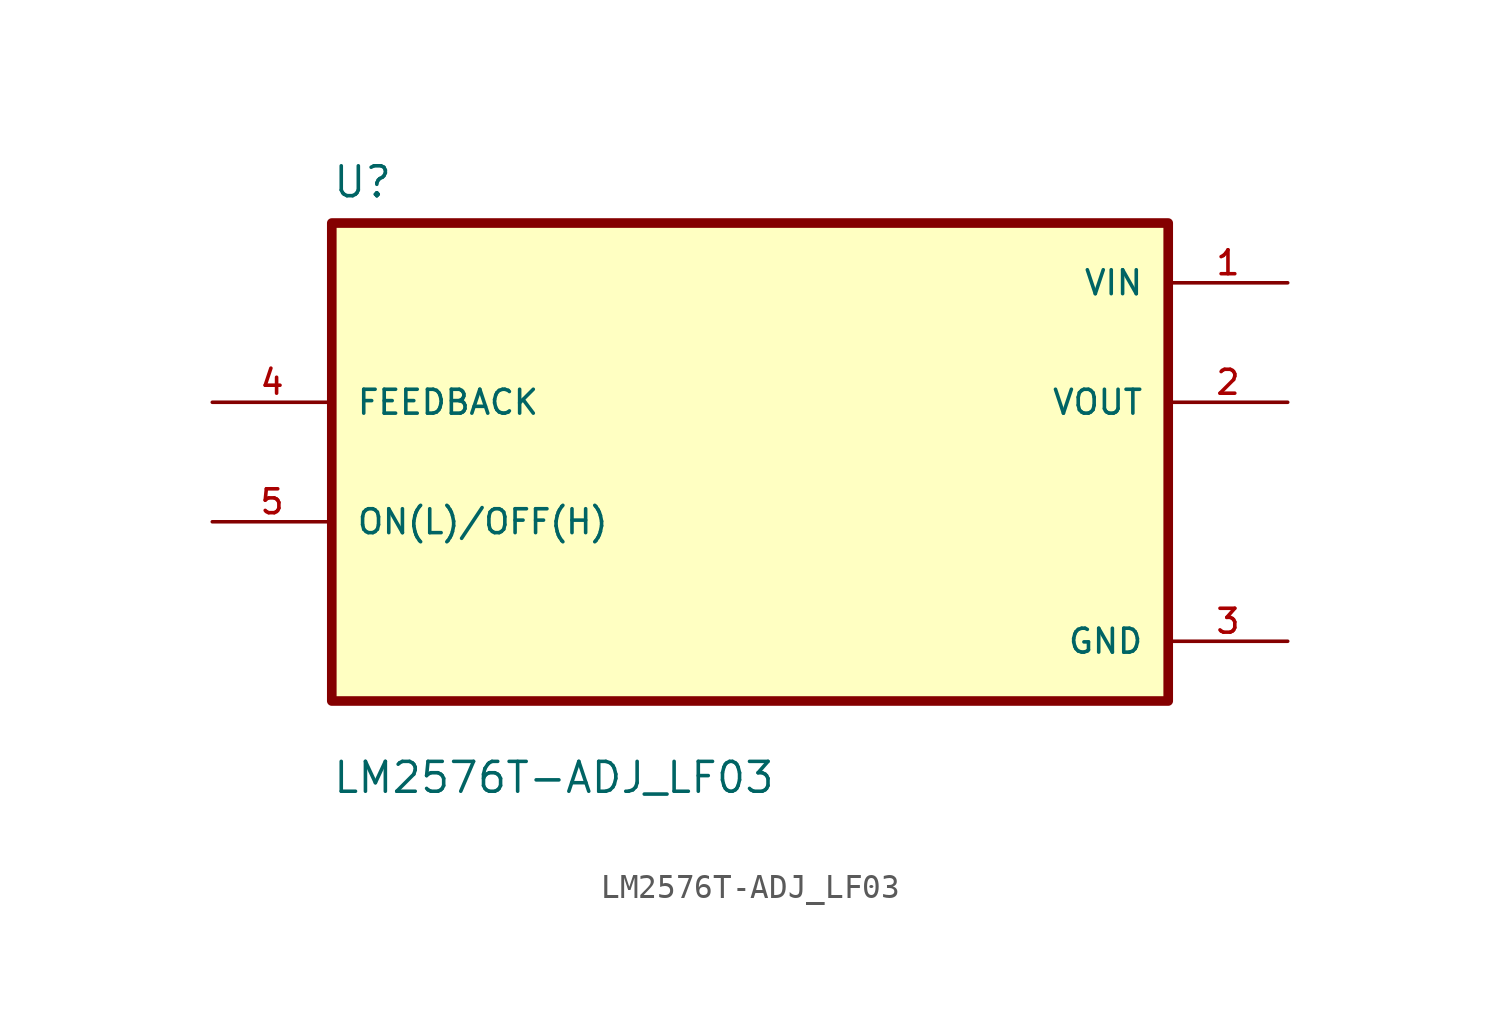
<source format=kicad_sym>
(kicad_symbol_lib
  (version 20211014)
  (generator kicad_symbol_editor)
  (symbol "LM2576T-ADJ_LF03"
    (pin_names
      (offset 1.016))
    (property "Reference" "U"
      (at -17.78 11.16 0.0)
      (effects (font (size 1.27 1.27)) (justify bottom left)))
    (property "Value" "LM2576T-ADJ_LF03"
      (at -17.78 -14.16 0.0)
      (effects (font (size 1.27 1.27)) (justify bottom left)))
    (symbol "LM2576T-ADJ_LF03_0_0"
      (rectangle (start -17.78 -10.16) (end 17.78 10.16) (stroke (width 0.41)) (fill (type background)))
      (pin input line (at -22.86 2.54 0) (length 5.08) (name "FEEDBACK" (effects (font (size 1.016 1.016)))) (number "4" (effects (font (size 1.016 1.016)))))
      (pin bidirectional line (at -22.86 -2.54 0) (length 5.08) (name "ON(L)/OFF(H)" (effects (font (size 1.016 1.016)))) (number "5" (effects (font (size 1.016 1.016)))))
      (pin power_in line (at 22.86 7.62 180.0) (length 5.08) (name "VIN" (effects (font (size 1.016 1.016)))) (number "1" (effects (font (size 1.016 1.016)))))
      (pin output line (at 22.86 2.54 180.0) (length 5.08) (name "VOUT" (effects (font (size 1.016 1.016)))) (number "2" (effects (font (size 1.016 1.016)))))
      (pin power_in line (at 22.86 -7.62 180.0) (length 5.08) (name "GND" (effects (font (size 1.016 1.016)))) (number "3" (effects (font (size 1.016 1.016))))))))
</source>
